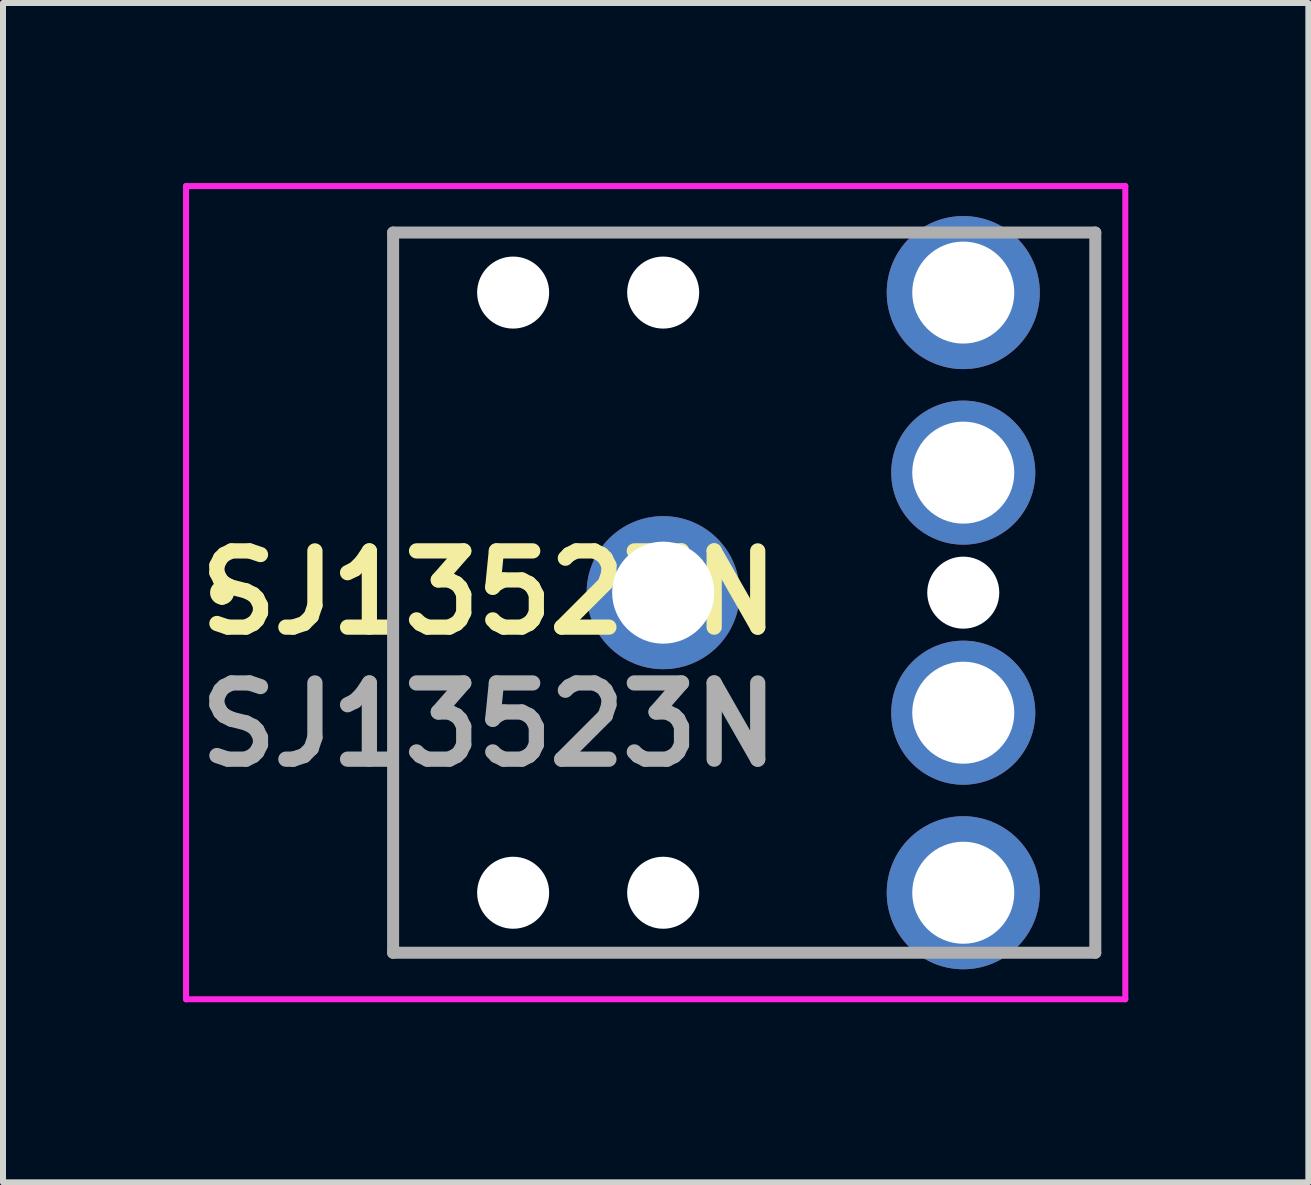
<source format=kicad_pcb>
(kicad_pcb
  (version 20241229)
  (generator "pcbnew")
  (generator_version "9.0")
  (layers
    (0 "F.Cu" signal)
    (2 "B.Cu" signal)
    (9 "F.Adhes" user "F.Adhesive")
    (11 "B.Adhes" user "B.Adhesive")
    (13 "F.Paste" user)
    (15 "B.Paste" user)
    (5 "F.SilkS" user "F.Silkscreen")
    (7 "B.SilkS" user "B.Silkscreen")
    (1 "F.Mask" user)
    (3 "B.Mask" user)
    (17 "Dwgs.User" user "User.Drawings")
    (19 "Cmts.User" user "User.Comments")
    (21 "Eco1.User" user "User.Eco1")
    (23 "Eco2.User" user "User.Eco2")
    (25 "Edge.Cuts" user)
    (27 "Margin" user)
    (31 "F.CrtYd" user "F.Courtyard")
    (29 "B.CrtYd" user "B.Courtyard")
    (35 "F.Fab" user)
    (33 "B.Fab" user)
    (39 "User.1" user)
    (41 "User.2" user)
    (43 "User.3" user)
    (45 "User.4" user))
  (footprint "SJ13523N"
    (layer "F.Cu")
    (at 3.5 6.825)
    (property "Reference" "SJ13523N" (at 1.6 0 0) (layer "F.SilkS") (effects (font (size 1.27 1.27) (thickness 0.254))))
    (attr through_hole)
    (fp_line (start -2.85 -0.1) (end -2.85 -0.1) (stroke (width 0.2) (type solid)) (layer "F.SilkS"))
    (fp_line (start -2.85 0.1) (end -2.85 0.1) (stroke (width 0.2) (type solid)) (layer "F.SilkS"))
    (fp_line (start 0 -4) (end 0 4) (stroke (width 0.1) (type solid)) (layer "F.SilkS"))
    (fp_line (start 5.2 -6) (end 8.2 -6) (stroke (width 0.1) (type solid)) (layer "F.SilkS"))
    (fp_line (start 5.2 6) (end 8.2 6) (stroke (width 0.1) (type solid)) (layer "F.SilkS"))
    (fp_line (start 11.2 -6) (end 11.7 -6) (stroke (width 0.1) (type solid)) (layer "F.SilkS"))
    (fp_line (start 11.7 -6) (end 11.7 6) (stroke (width 0.1) (type solid)) (layer "F.SilkS"))
    (fp_line (start 11.7 6) (end 11.2 6) (stroke (width 0.1) (type solid)) (layer "F.SilkS"))
    (fp_arc (start -2.85 -0.1) (mid -2.75 0) (end -2.85 0.1) (stroke (width 0.2) (type solid)) (layer "F.SilkS"))
    (fp_arc (start -2.85 0.1) (mid -2.95 0) (end -2.85 -0.1) (stroke (width 0.2) (type solid)) (layer "F.SilkS"))
    (fp_line (start -3.45 -6.775) (end 12.2 -6.775) (stroke (width 0.1) (type solid)) (layer "F.CrtYd"))
    (fp_line (start -3.45 6.775) (end -3.45 -6.775) (stroke (width 0.1) (type solid)) (layer "F.CrtYd"))
    (fp_line (start 12.2 -6.775) (end 12.2 6.775) (stroke (width 0.1) (type solid)) (layer "F.CrtYd"))
    (fp_line (start 12.2 6.775) (end -3.45 6.775) (stroke (width 0.1) (type solid)) (layer "F.CrtYd"))
    (fp_line (start 0 -6) (end 11.7 -6) (stroke (width 0.2) (type solid)) (layer "F.Fab"))
    (fp_line (start 0 6) (end 0 -6) (stroke (width 0.2) (type solid)) (layer "F.Fab"))
    (fp_line (start 11.7 -6) (end 11.7 6) (stroke (width 0.2) (type solid)) (layer "F.Fab"))
    (fp_line (start 11.7 6) (end 0 6) (stroke (width 0.2) (type solid)) (layer "F.Fab"))
    (fp_text user "${REFERENCE}" (at 1.6 2.2 0) (layer "F.Fab") (effects (font (size 1.27 1.27) (thickness 0.254))))
    (pad "" np_thru_hole circle (at 2 -5) (size 1.2 1.2) (drill 1.2) (layers "*.Cu" "*.Mask"))
    (pad "" np_thru_hole circle (at 2 5) (size 1.2 1.2) (drill 1.2) (layers "*.Cu" "*.Mask"))
    (pad "" np_thru_hole circle (at 4.5 -5) (size 1.2 1.2) (drill 1.2) (layers "*.Cu" "*.Mask"))
    (pad "" np_thru_hole circle (at 4.5 5) (size 1.2 1.2) (drill 1.2) (layers "*.Cu" "*.Mask"))
    (pad "" np_thru_hole circle (at 9.5 0) (size 1.2 1.2) (drill 1.2) (layers "*.Cu" "*.Mask"))
    (pad "1" thru_hole circle (at 4.5 0) (size 2.55 2.55) (drill 1.7) (layers "*.Cu" "*.Mask"))
    (pad "2" thru_hole circle (at 9.5 5) (size 2.55 2.55) (drill 1.7) (layers "*.Cu" "*.Mask"))
    (pad "3" thru_hole circle (at 9.5 -5) (size 2.55 2.55) (drill 1.7) (layers "*.Cu" "*.Mask"))
    (pad "10" thru_hole circle (at 9.5 2) (size 2.4 2.4) (drill 1.7) (layers "*.Cu" "*.Mask"))
    (pad "11" thru_hole circle (at 9.5 -2) (size 2.4 2.4) (drill 1.7) (layers "*.Cu" "*.Mask")))
  (gr_rect
    (start -3 -3)
    (end 18.75 16.65)
    (stroke (width 0.1) (type default))
    (fill no)
    (layer "Edge.Cuts")))
</source>
